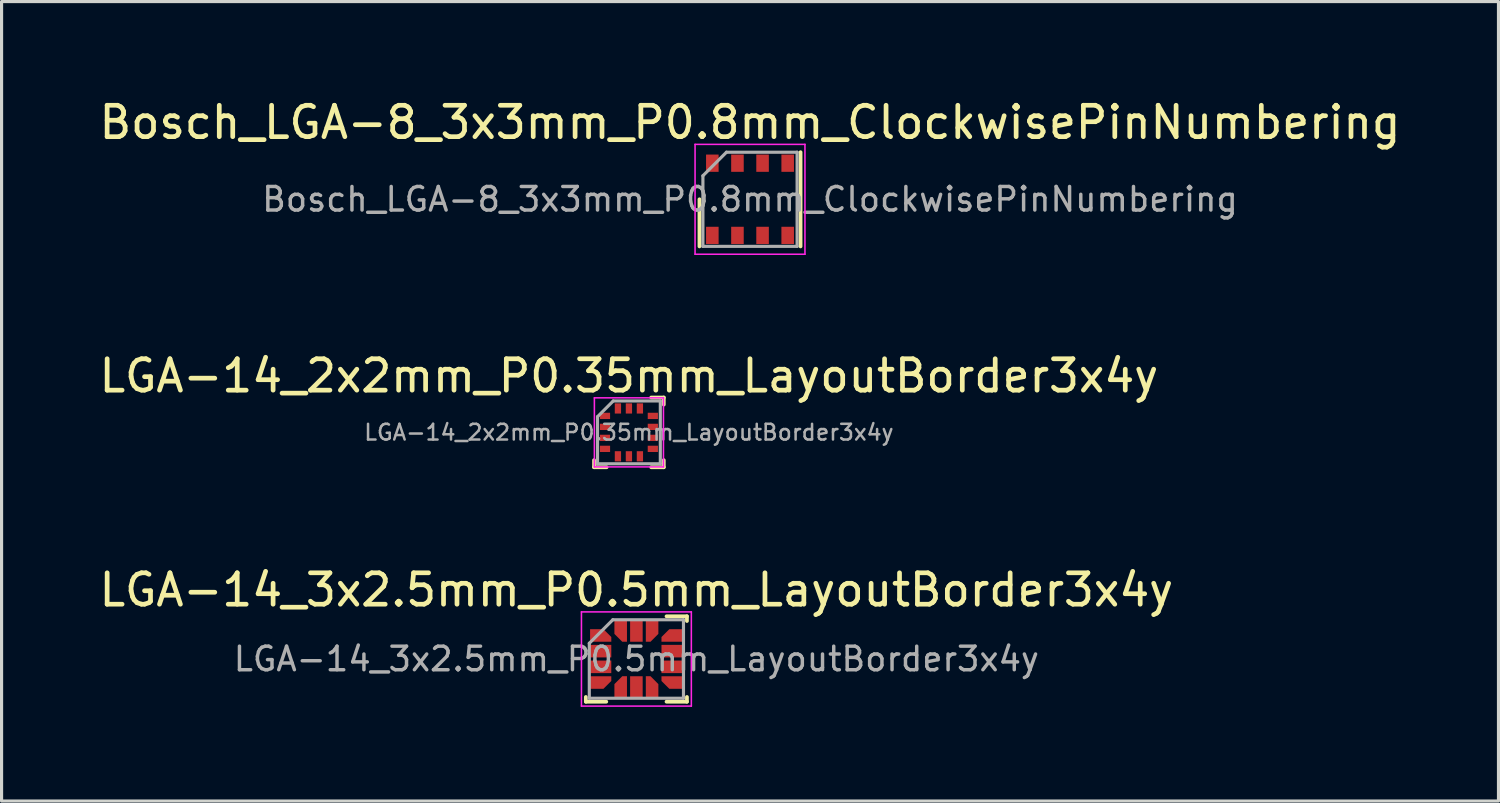
<source format=kicad_pcb>
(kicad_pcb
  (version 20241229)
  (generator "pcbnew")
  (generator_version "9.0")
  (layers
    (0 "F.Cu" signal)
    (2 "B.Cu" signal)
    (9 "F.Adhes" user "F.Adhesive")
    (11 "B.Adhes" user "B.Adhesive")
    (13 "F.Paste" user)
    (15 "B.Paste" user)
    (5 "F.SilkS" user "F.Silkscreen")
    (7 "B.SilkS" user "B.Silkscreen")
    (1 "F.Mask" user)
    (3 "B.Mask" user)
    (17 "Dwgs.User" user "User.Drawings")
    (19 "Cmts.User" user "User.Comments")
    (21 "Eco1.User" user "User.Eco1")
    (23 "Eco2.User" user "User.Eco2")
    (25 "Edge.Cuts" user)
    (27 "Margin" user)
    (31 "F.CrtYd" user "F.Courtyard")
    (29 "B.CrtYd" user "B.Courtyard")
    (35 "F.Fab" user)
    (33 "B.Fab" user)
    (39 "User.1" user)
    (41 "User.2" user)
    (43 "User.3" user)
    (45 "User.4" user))
  (footprint "LGA-14_2x2mm_P0.35mm_LayoutBorder3x4y"
    (layer "F.Cu")
    (at 16.982 10.722)
    (property "Reference" "LGA-14_2x2mm_P0.35mm_LayoutBorder3x4y" (at 0 -1.8 0) (layer "F.SilkS") (effects (font (size 1 1) (thickness 0.15))))
    (attr smd)
    (fp_line (start -1.11 1.11) (end -1.11 0.885) (stroke (width 0.12) (type solid)) (layer "F.SilkS"))
    (fp_line (start -0.71 1.11) (end -1.11 1.11) (stroke (width 0.12) (type solid)) (layer "F.SilkS"))
    (fp_line (start 0.71 -1.11) (end 1.11 -1.11) (stroke (width 0.12) (type solid)) (layer "F.SilkS"))
    (fp_line (start 0.71 1.11) (end 1.11 1.11) (stroke (width 0.12) (type solid)) (layer "F.SilkS"))
    (fp_line (start 1.11 -1.11) (end 1.11 -0.885) (stroke (width 0.12) (type solid)) (layer "F.SilkS"))
    (fp_line (start 1.11 1.11) (end 1.11 0.885) (stroke (width 0.12) (type solid)) (layer "F.SilkS"))
    (fp_line (start -1.1 -1.1) (end -1.1 1.1) (stroke (width 0.05) (type solid)) (layer "F.CrtYd"))
    (fp_line (start -1.1 1.1) (end 1.1 1.1) (stroke (width 0.05) (type solid)) (layer "F.CrtYd"))
    (fp_line (start 1.1 -1.1) (end -1.1 -1.1) (stroke (width 0.05) (type solid)) (layer "F.CrtYd"))
    (fp_line (start 1.1 1.1) (end 1.1 -1.1) (stroke (width 0.05) (type solid)) (layer "F.CrtYd"))
    (fp_line (start -1 -0.5) (end -0.5 -1) (stroke (width 0.1) (type solid)) (layer "F.Fab"))
    (fp_line (start -1 1) (end -1 -0.5) (stroke (width 0.1) (type solid)) (layer "F.Fab"))
    (fp_line (start -0.5 -1) (end 1 -1) (stroke (width 0.1) (type solid)) (layer "F.Fab"))
    (fp_line (start 1 -1) (end 1 1) (stroke (width 0.1) (type solid)) (layer "F.Fab"))
    (fp_line (start 1 1) (end -1 1) (stroke (width 0.1) (type solid)) (layer "F.Fab"))
    (fp_text user "${REFERENCE}" (at 0 0 0) (layer "F.Fab") (effects (font (size 0.5 0.5) (thickness 0.08))))
    (pad "1" smd rect (at -0.762 -0.525) (size 0.325 0.2) (layers "F.Cu" "F.Mask" "F.Paste"))
    (pad "2" smd rect (at -0.762 -0.175) (size 0.325 0.2) (layers "F.Cu" "F.Mask" "F.Paste"))
    (pad "3" smd rect (at -0.762 0.175) (size 0.325 0.2) (layers "F.Cu" "F.Mask" "F.Paste"))
    (pad "4" smd rect (at -0.762 0.525) (size 0.325 0.2) (layers "F.Cu" "F.Mask" "F.Paste"))
    (pad "5" smd rect (at -0.35 0.762) (size 0.2 0.325) (layers "F.Cu" "F.Mask" "F.Paste"))
    (pad "6" smd rect (at 0 0.762) (size 0.2 0.325) (layers "F.Cu" "F.Mask" "F.Paste"))
    (pad "7" smd rect (at 0.35 0.762) (size 0.2 0.325) (layers "F.Cu" "F.Mask" "F.Paste"))
    (pad "8" smd rect (at 0.762 0.525) (size 0.325 0.2) (layers "F.Cu" "F.Mask" "F.Paste"))
    (pad "9" smd rect (at 0.762 0.175) (size 0.325 0.2) (layers "F.Cu" "F.Mask" "F.Paste"))
    (pad "10" smd rect (at 0.762 -0.175) (size 0.325 0.2) (layers "F.Cu" "F.Mask" "F.Paste"))
    (pad "11" smd rect (at 0.762 -0.525) (size 0.325 0.2) (layers "F.Cu" "F.Mask" "F.Paste"))
    (pad "12" smd rect (at 0.35 -0.762) (size 0.2 0.325) (layers "F.Cu" "F.Mask" "F.Paste"))
    (pad "13" smd rect (at 0 -0.762) (size 0.2 0.325) (layers "F.Cu" "F.Mask" "F.Paste"))
    (pad "14" smd rect (at -0.35 -0.762) (size 0.2 0.325) (layers "F.Cu" "F.Mask" "F.Paste")))
  (footprint "LGA-14_3x2.5mm_P0.5mm_LayoutBorder3x4y"
    (layer "F.Cu")
    (at 17.22 17.94)
    (property "Reference" "LGA-14_3x2.5mm_P0.5mm_LayoutBorder3x4y" (at 0 -2.2 0) (layer "F.SilkS") (effects (font (size 1 1) (thickness 0.15))))
    (attr smd)
    (fp_line (start -1.61 1.36) (end -1.61 1.21) (stroke (width 0.12) (type solid)) (layer "F.SilkS"))
    (fp_line (start -0.96 1.36) (end -1.61 1.36) (stroke (width 0.12) (type solid)) (layer "F.SilkS"))
    (fp_line (start 0.96 -1.36) (end 1.61 -1.36) (stroke (width 0.12) (type solid)) (layer "F.SilkS"))
    (fp_line (start 0.96 1.36) (end 1.61 1.36) (stroke (width 0.12) (type solid)) (layer "F.SilkS"))
    (fp_line (start 1.61 -1.36) (end 1.61 -1.21) (stroke (width 0.12) (type solid)) (layer "F.SilkS"))
    (fp_line (start 1.61 1.36) (end 1.61 1.21) (stroke (width 0.12) (type solid)) (layer "F.SilkS"))
    (fp_line (start -1.75 -1.5) (end -1.75 1.5) (stroke (width 0.05) (type solid)) (layer "F.CrtYd"))
    (fp_line (start -1.75 1.5) (end 1.75 1.5) (stroke (width 0.05) (type solid)) (layer "F.CrtYd"))
    (fp_line (start 1.75 -1.5) (end -1.75 -1.5) (stroke (width 0.05) (type solid)) (layer "F.CrtYd"))
    (fp_line (start 1.75 1.5) (end 1.75 -1.5) (stroke (width 0.05) (type solid)) (layer "F.CrtYd"))
    (fp_line (start -1.5 -0.5) (end -0.75 -1.25) (stroke (width 0.1) (type solid)) (layer "F.Fab"))
    (fp_line (start -1.5 1.25) (end -1.5 -0.5) (stroke (width 0.1) (type solid)) (layer "F.Fab"))
    (fp_line (start -0.75 -1.25) (end 1.5 -1.25) (stroke (width 0.1) (type solid)) (layer "F.Fab"))
    (fp_line (start 1.5 -1.25) (end 1.5 1.25) (stroke (width 0.1) (type solid)) (layer "F.Fab"))
    (fp_line (start 1.5 1.25) (end -1.5 1.25) (stroke (width 0.1) (type solid)) (layer "F.Fab"))
    (fp_text user "${REFERENCE}" (at 0 0 0) (layer "F.Fab") (effects (font (size 0.75 0.75) (thickness 0.11))))
    (pad "1" smd custom (at -1.137 -0.75) (size 0.4 0.4) (layers "F.Cu" "F.Mask" "F.Paste") (options (anchor circle)) (primitives (gr_poly (pts (xy -0.338 -0.2) (xy 0.087 -0.2) (xy 0.338 0.05) (xy 0.338 0.2) (xy -0.338 0.2)) (width 0) (fill yes))))
    (pad "2" smd rect (at -1.137 -0.25) (size 0.675 0.4) (layers "F.Cu" "F.Mask" "F.Paste"))
    (pad "3" smd rect (at -1.137 0.25) (size 0.675 0.4) (layers "F.Cu" "F.Mask" "F.Paste"))
    (pad "4" smd custom (at -1.137 0.75) (size 0.4 0.4) (layers "F.Cu" "F.Mask" "F.Paste") (options (anchor circle)) (primitives (gr_poly (pts (xy -0.338 -0.2) (xy 0.338 -0.2) (xy 0.338 -0.05) (xy 0.087 0.2) (xy -0.338 0.2)) (width 0) (fill yes))))
    (pad "5" smd custom (at -0.5 0.887) (size 0.4 0.4) (layers "F.Cu" "F.Mask" "F.Paste") (options (anchor circle)) (primitives (gr_poly (pts (xy -0.2 -0.087) (xy 0.05 -0.338) (xy 0.2 -0.338) (xy 0.2 0.338) (xy -0.2 0.338)) (width 0) (fill yes))))
    (pad "6" smd rect (at 0 0.887) (size 0.4 0.675) (layers "F.Cu" "F.Mask" "F.Paste"))
    (pad "7" smd custom (at 0.5 0.887) (size 0.4 0.4) (layers "F.Cu" "F.Mask" "F.Paste") (options (anchor circle)) (primitives (gr_poly (pts (xy -0.2 -0.338) (xy -0.05 -0.338) (xy 0.2 -0.087) (xy 0.2 0.338) (xy -0.2 0.338)) (width 0) (fill yes))))
    (pad "8" smd custom (at 1.137 0.75) (size 0.4 0.4) (layers "F.Cu" "F.Mask" "F.Paste") (options (anchor circle)) (primitives (gr_poly (pts (xy -0.338 -0.2) (xy 0.338 -0.2) (xy 0.338 0.2) (xy -0.087 0.2) (xy -0.338 -0.05)) (width 0) (fill yes))))
    (pad "9" smd rect (at 1.137 0.25) (size 0.675 0.4) (layers "F.Cu" "F.Mask" "F.Paste"))
    (pad "10" smd rect (at 1.137 -0.25) (size 0.675 0.4) (layers "F.Cu" "F.Mask" "F.Paste"))
    (pad "11" smd custom (at 1.137 -0.75) (size 0.4 0.4) (layers "F.Cu" "F.Mask" "F.Paste") (options (anchor circle)) (primitives (gr_poly (pts (xy -0.338 0.05) (xy -0.087 -0.2) (xy 0.338 -0.2) (xy 0.338 0.2) (xy -0.338 0.2)) (width 0) (fill yes))))
    (pad "12" smd custom (at 0.5 -0.887) (size 0.4 0.4) (layers "F.Cu" "F.Mask" "F.Paste") (options (anchor circle)) (primitives (gr_poly (pts (xy -0.2 -0.338) (xy 0.2 -0.338) (xy 0.2 0.087) (xy -0.05 0.338) (xy -0.2 0.338)) (width 0) (fill yes))))
    (pad "13" smd rect (at 0 -0.887) (size 0.4 0.675) (layers "F.Cu" "F.Mask" "F.Paste"))
    (pad "14" smd custom (at -0.5 -0.887) (size 0.4 0.4) (layers "F.Cu" "F.Mask" "F.Paste") (options (anchor circle)) (primitives (gr_poly (pts (xy -0.2 -0.338) (xy 0.2 -0.338) (xy 0.2 0.338) (xy 0.05 0.338) (xy -0.2 0.087)) (width 0) (fill yes)))))
  (footprint "Bosch_LGA-8_3x3mm_P0.8mm_ClockwisePinNumbering"
    (layer "F.Cu")
    (at 20.839 3.298)
    (property "Reference" "Bosch_LGA-8_3x3mm_P0.8mm_ClockwisePinNumbering" (at 0 -2.45 0) (layer "F.SilkS") (effects (font (size 1 1) (thickness 0.15))))
    (attr smd)
    (fp_line (start -1.61 0) (end -1.61 1.5) (stroke (width 0.12) (type solid)) (layer "F.SilkS"))
    (fp_line (start 1.61 -1.5) (end 1.61 1.5) (stroke (width 0.12) (type solid)) (layer "F.SilkS"))
    (fp_line (start -1.75 -1.75) (end -1.75 1.75) (stroke (width 0.05) (type solid)) (layer "F.CrtYd"))
    (fp_line (start -1.75 1.75) (end 1.75 1.75) (stroke (width 0.05) (type solid)) (layer "F.CrtYd"))
    (fp_line (start 1.75 -1.75) (end -1.75 -1.75) (stroke (width 0.05) (type solid)) (layer "F.CrtYd"))
    (fp_line (start 1.75 1.75) (end 1.75 -1.75) (stroke (width 0.05) (type solid)) (layer "F.CrtYd"))
    (fp_line (start -1.5 -0.75) (end -0.75 -1.5) (stroke (width 0.1) (type solid)) (layer "F.Fab"))
    (fp_line (start -1.5 1.5) (end -1.5 -0.75) (stroke (width 0.1) (type solid)) (layer "F.Fab"))
    (fp_line (start -0.75 -1.5) (end 1.5 -1.5) (stroke (width 0.1) (type solid)) (layer "F.Fab"))
    (fp_line (start 1.5 -1.5) (end 1.5 1.5) (stroke (width 0.1) (type solid)) (layer "F.Fab"))
    (fp_line (start 1.5 1.5) (end -1.5 1.5) (stroke (width 0.1) (type solid)) (layer "F.Fab"))
    (fp_text user "${REFERENCE}" (at 0 0 0) (layer "F.Fab") (effects (font (size 0.75 0.75) (thickness 0.11))))
    (pad "1" smd rect (at -1.2 -1.15) (size 0.4 0.55) (layers "F.Cu" "F.Mask" "F.Paste"))
    (pad "2" smd rect (at -0.4 -1.15) (size 0.4 0.55) (layers "F.Cu" "F.Mask" "F.Paste"))
    (pad "3" smd rect (at 0.4 -1.15) (size 0.4 0.55) (layers "F.Cu" "F.Mask" "F.Paste"))
    (pad "4" smd rect (at 1.2 -1.15) (size 0.4 0.55) (layers "F.Cu" "F.Mask" "F.Paste"))
    (pad "5" smd rect (at 1.2 1.15) (size 0.4 0.55) (layers "F.Cu" "F.Mask" "F.Paste"))
    (pad "6" smd rect (at 0.4 1.15) (size 0.4 0.55) (layers "F.Cu" "F.Mask" "F.Paste"))
    (pad "7" smd rect (at -0.4 1.15) (size 0.4 0.55) (layers "F.Cu" "F.Mask" "F.Paste"))
    (pad "8" smd rect (at -1.2 1.15) (size 0.4 0.55) (layers "F.Cu" "F.Mask" "F.Paste")))
  (gr_rect
    (start -3 -3)
    (end 44.679 22.465)
    (stroke (width 0.1) (type default))
    (fill no)
    (layer "Edge.Cuts")))
</source>
